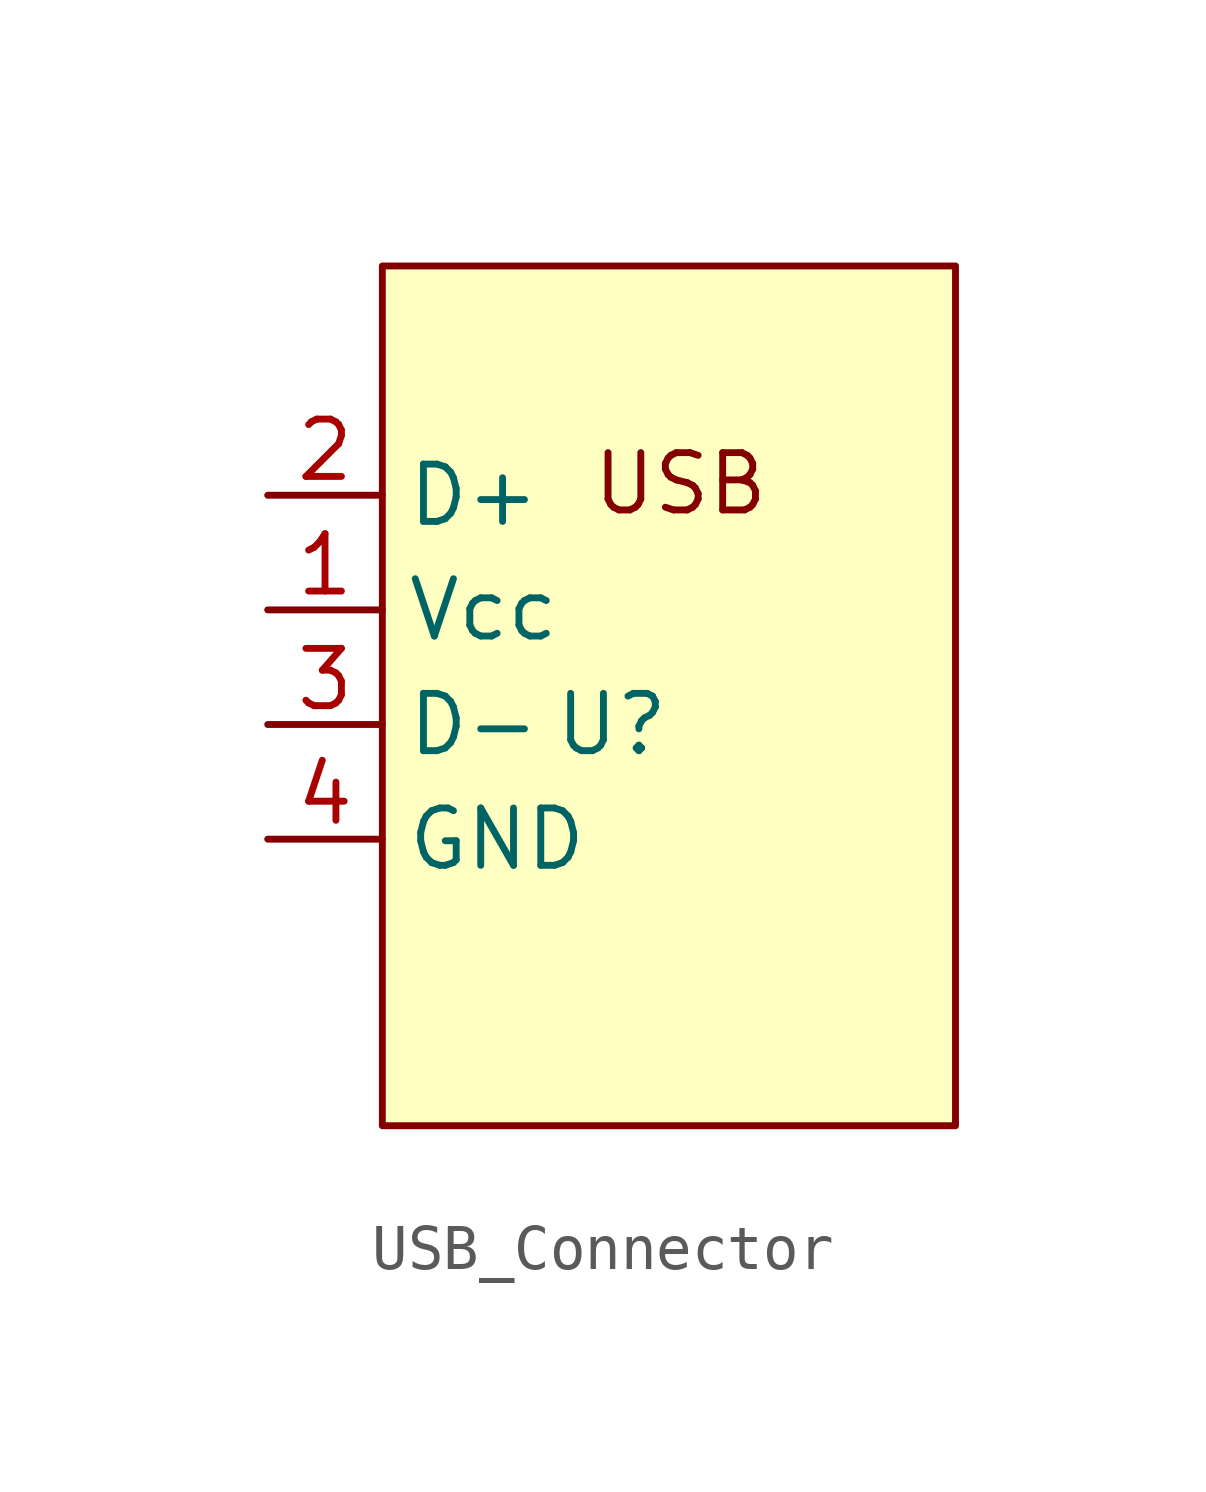
<source format=kicad_sym>
(kicad_symbol_lib
  (version 20231120)
  (generator "kicad_symbol_editor")
  (generator_version "8.0")
  (symbol "USB_Connector"
    (property "Reference" "U"
      (at 0 0 0)
      (effects (font (size 1.27 1.27))))
    (property "Value" ""
      (at 0 0 0)
      (effects (font (size 1.27 1.27))))
    (symbol "USB_Connector_1_1"
      (rectangle (start -5.08 10.16) (end 7.62 -8.89) (stroke (width 0) (type default)) (fill (type background)))
      (text "USB" (at 1.524 5.334 0) (effects (font (size 1.27 1.27))))
      (pin power_in line (at -7.62 2.54 0) (length 2.54) (name "Vcc" (effects (font (size 1.27 1.27)))) (number "1" (effects (font (size 1.27 1.27)))))
      (pin bidirectional line (at -7.62 5.08 0) (length 2.54) (name "D+" (effects (font (size 1.27 1.27)))) (number "2" (effects (font (size 1.27 1.27)))))
      (pin bidirectional line (at -7.62 0 0) (length 2.54) (name "D-" (effects (font (size 1.27 1.27)))) (number "3" (effects (font (size 1.27 1.27)))))
      (pin power_in line (at -7.62 -2.54 0) (length 2.54) (name "GND" (effects (font (size 1.27 1.27)))) (number "4" (effects (font (size 1.27 1.27))))))))
</source>
